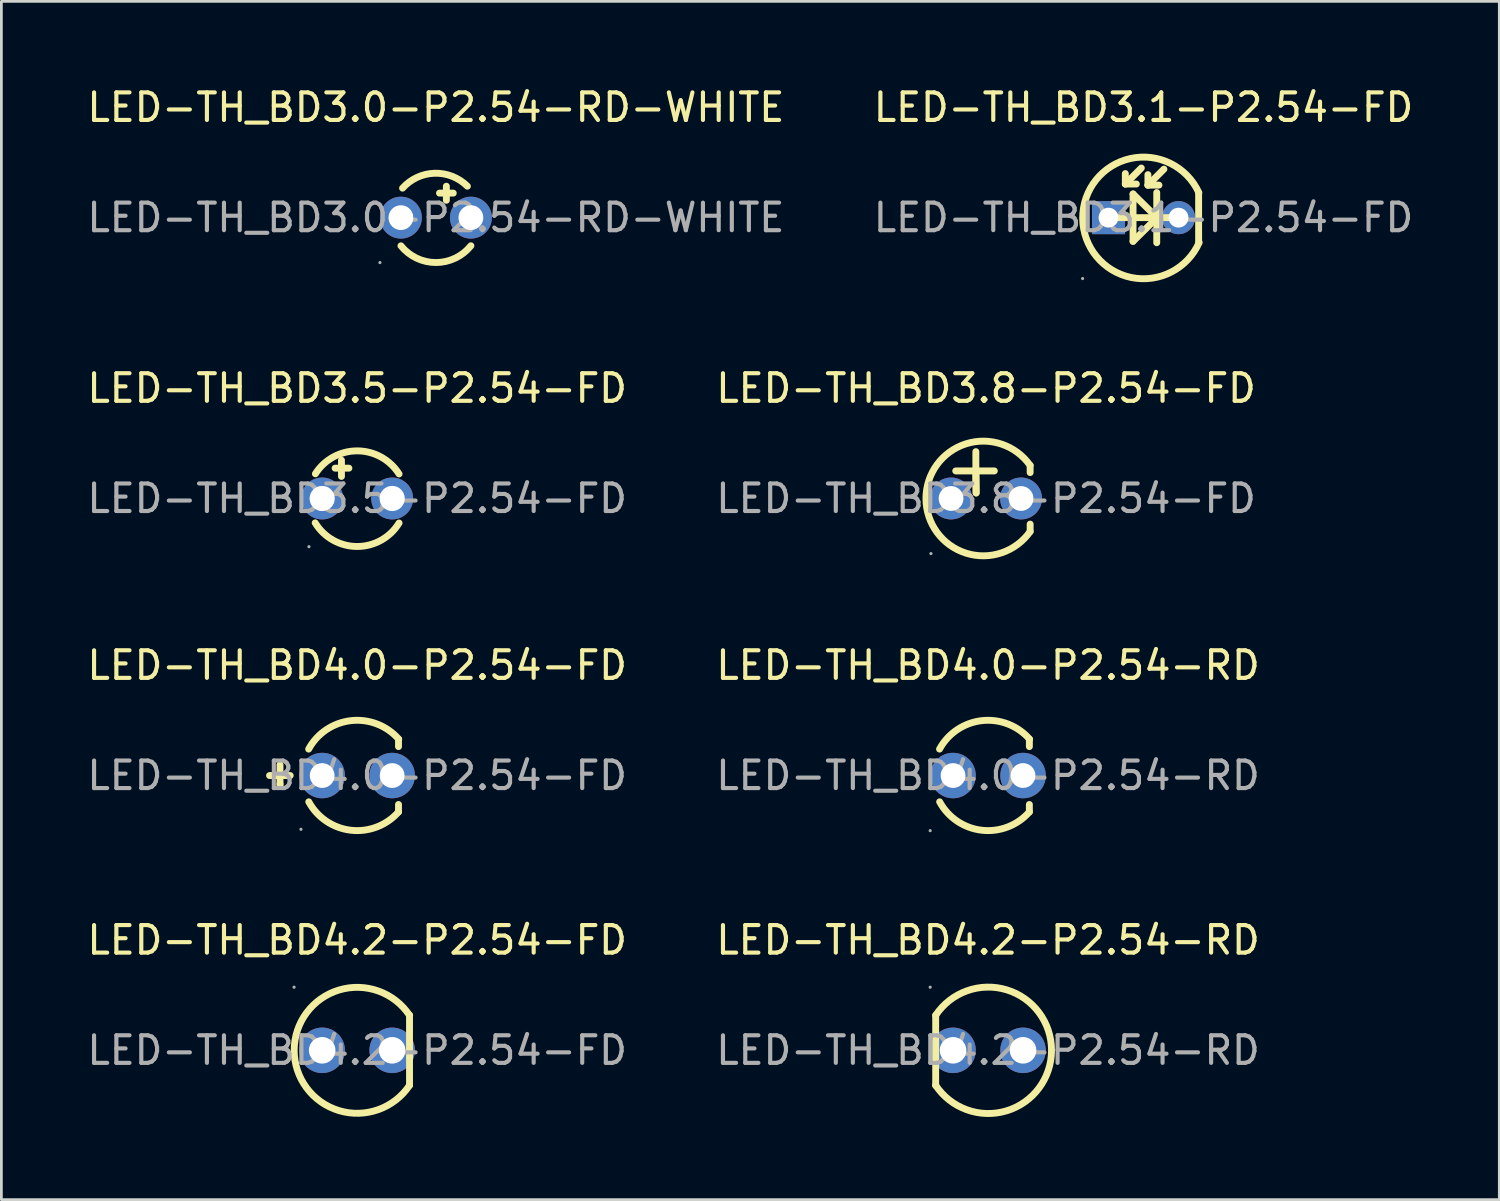
<source format=kicad_pcb>
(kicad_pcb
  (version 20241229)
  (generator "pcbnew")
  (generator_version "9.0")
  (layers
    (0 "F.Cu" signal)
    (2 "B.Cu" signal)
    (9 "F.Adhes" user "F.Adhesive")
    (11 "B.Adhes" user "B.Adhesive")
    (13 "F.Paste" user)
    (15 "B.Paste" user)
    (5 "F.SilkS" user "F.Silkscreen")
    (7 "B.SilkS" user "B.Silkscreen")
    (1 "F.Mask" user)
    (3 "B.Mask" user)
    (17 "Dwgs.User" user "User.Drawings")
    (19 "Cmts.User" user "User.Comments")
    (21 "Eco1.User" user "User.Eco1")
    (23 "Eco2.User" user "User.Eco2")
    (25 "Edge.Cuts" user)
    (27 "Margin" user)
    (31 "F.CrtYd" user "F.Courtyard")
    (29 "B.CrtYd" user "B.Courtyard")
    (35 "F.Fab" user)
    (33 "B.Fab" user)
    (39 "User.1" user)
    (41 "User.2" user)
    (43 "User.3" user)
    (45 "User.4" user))
  (footprint "LED-TH_BD4.0-P2.54-RD"
    (layer "F.Cu")
    (at 32.804 25.093)
    (property "Reference" "LED-TH_BD4.0-P2.54-RD" (at 0 -4 0) (layer "F.SilkS") (effects (font (size 1 1) (thickness 0.15))))
    (attr through_hole)
    (fp_line (start 1.5 -1.05) (end 1.5 -1.32) (stroke (width 0.25) (type solid)) (layer "F.SilkS"))
    (fp_line (start 1.5 1.32) (end 1.5 1.05) (stroke (width 0.25) (type solid)) (layer "F.SilkS"))
    (fp_arc (start -1.76 -0.96) (mid -0.220326 -1.992651) (end 1.507756 -1.321314) (stroke (width 0.25) (type solid)) (layer "F.SilkS"))
    (fp_arc (start 1.5 1.32) (mid -0.223689 1.985539) (end -1.756093 0.953172) (stroke (width 0.25) (type solid)) (layer "F.SilkS"))
    (fp_circle (center -2.1 2) (end -2.07 2) (stroke (width 0.06) (type solid)) (fill no) (layer "F.Fab"))
    (fp_circle (center -1.27 0) (end -1.09 0) (stroke (width 0.35) (type solid)) (fill no) (layer "F.Fab"))
    (fp_circle (center 1.27 0) (end 1.45 0) (stroke (width 0.35) (type solid)) (fill no) (layer "F.Fab"))
    (fp_text user "${REFERENCE}" (at 0 0 0) (layer "F.Fab") (effects (font (size 1 1) (thickness 0.15))))
    (pad "1" thru_hole circle (at -1.27 0 180) (size 1.65 1.65) (drill 0.9) (layers "*.Cu" "*.Paste" "*.Mask"))
    (pad "2" thru_hole circle (at 1.27 0 180) (size 1.65 1.65) (drill 0.9) (layers "*.Cu" "*.Paste" "*.Mask")))
  (footprint "LED-TH_BD3.1-P2.54-FD"
    (layer "F.Cu")
    (at 38.446 4.848)
    (property "Reference" "LED-TH_BD3.1-P2.54-FD" (at 0 -4 0) (layer "F.SilkS") (effects (font (size 1 1) (thickness 0.15))))
    (attr through_hole)
    (fp_line (start -1.3 0) (end 1.27 0) (stroke (width 0.25) (type solid)) (layer "F.SilkS"))
    (fp_line (start -0.66 -1.22) (end -0.66 -1.6) (stroke (width 0.25) (type solid)) (layer "F.SilkS"))
    (fp_line (start -0.66 -1.22) (end -0.26 -1.22) (stroke (width 0.25) (type solid)) (layer "F.SilkS"))
    (fp_line (start -0.38 -0.86) (end -0.38 0.86) (stroke (width 0.25) (type solid)) (layer "F.SilkS"))
    (fp_line (start -0.38 0.86) (end 0.46 0.03) (stroke (width 0.25) (type solid)) (layer "F.SilkS"))
    (fp_line (start -0.08 -1.8) (end -0.66 -1.22) (stroke (width 0.25) (type solid)) (layer "F.SilkS"))
    (fp_line (start 0.16 -1.18) (end 0.16 -1.56) (stroke (width 0.25) (type solid)) (layer "F.SilkS"))
    (fp_line (start 0.16 -1.18) (end 0.56 -1.18) (stroke (width 0.25) (type solid)) (layer "F.SilkS"))
    (fp_line (start 0.46 -0.03) (end -0.38 -0.86) (stroke (width 0.25) (type solid)) (layer "F.SilkS"))
    (fp_line (start 0.46 0.03) (end 0.48 0.03) (stroke (width 0.25) (type solid)) (layer "F.SilkS"))
    (fp_line (start 0.48 -0.91) (end 0.48 0.91) (stroke (width 0.25) (type solid)) (layer "F.SilkS"))
    (fp_line (start 0.74 -1.76) (end 0.16 -1.18) (stroke (width 0.25) (type solid)) (layer "F.SilkS"))
    (fp_line (start 2 -0.9) (end 2 0.9) (stroke (width 0.25) (type solid)) (layer "F.SilkS"))
    (fp_arc (start 2.02 0.9) (mid -2.207321 0.025294) (end 2.007473 -0.907906) (stroke (width 0.25) (type solid)) (layer "F.SilkS"))
    (fp_circle (center -2.21 2.21) (end -2.18 2.21) (stroke (width 0.06) (type solid)) (fill no) (layer "F.Fab"))
    (fp_circle (center -1.27 0) (end -1.14 0) (stroke (width 0.26) (type solid)) (fill no) (layer "F.Fab"))
    (fp_circle (center 1.27 0) (end 1.4 0) (stroke (width 0.26) (type solid)) (fill no) (layer "F.Fab"))
    (fp_text user "${REFERENCE}" (at 0 0 0) (layer "F.Fab") (effects (font (size 1 1) (thickness 0.15))))
    (pad "1" thru_hole rect (at -1.27 0) (size 1.2 1.2) (drill 0.72) (layers "*.Cu" "*.Paste" "*.Mask"))
    (pad "2" thru_hole circle (at 1.27 0) (size 1.2 1.2) (drill 0.72) (layers "*.Cu" "*.Paste" "*.Mask")))
  (footprint "LED-TH_BD4.2-P2.54-RD"
    (layer "F.Cu")
    (at 32.804 35.064)
    (property "Reference" "LED-TH_BD4.2-P2.54-RD" (at 0 -4 0) (layer "F.SilkS") (effects (font (size 1 1) (thickness 0.15))))
    (attr through_hole)
    (fp_line (start -1.9 -1.27) (end -1.9 1.28) (stroke (width 0.25) (type solid)) (layer "F.SilkS"))
    (fp_arc (start -1.9 -1.27) (mid 2.303684 0.003634) (end -1.904015 1.263941) (stroke (width 0.25) (type solid)) (layer "F.SilkS"))
    (fp_circle (center -2.1 -2.29) (end -2.07 -2.29) (stroke (width 0.06) (type solid)) (fill no) (layer "F.Fab"))
    (fp_circle (center -1.27 0) (end -1.08 0) (stroke (width 0.38) (type solid)) (fill no) (layer "F.Fab"))
    (fp_circle (center 1.27 0) (end 1.46 0) (stroke (width 0.38) (type solid)) (fill no) (layer "F.Fab"))
    (fp_text user "${REFERENCE}" (at 0 0 0) (layer "F.Fab") (effects (font (size 1 1) (thickness 0.15))))
    (pad "1" thru_hole circle (at -1.27 0) (size 1.65 1.65) (drill 0.965) (layers "*.Cu" "*.Paste" "*.Mask"))
    (pad "2" thru_hole circle (at 1.27 0) (size 1.65 1.65) (drill 0.965) (layers "*.Cu" "*.Paste" "*.Mask")))
  (footprint "LED-TH_BD3.8-P2.54-FD"
    (layer "F.Cu")
    (at 32.732 15.039)
    (property "Reference" "LED-TH_BD3.8-P2.54-FD" (at 0 -4 0) (layer "F.SilkS") (effects (font (size 1 1) (thickness 0.15))))
    (attr through_hole)
    (fp_line (start -1.1 -1) (end 0.3 -1) (stroke (width 0.25) (type solid)) (layer "F.SilkS"))
    (fp_line (start -0.37 -1) (end -0.37 -1.7) (stroke (width 0.25) (type solid)) (layer "F.SilkS"))
    (fp_line (start -0.37 -1) (end -0.36 -0.2) (stroke (width 0.25) (type solid)) (layer "F.SilkS"))
    (fp_line (start -0.36 -0.2) (end -0.37 -1) (stroke (width 0.25) (type solid)) (layer "F.SilkS"))
    (fp_line (start 1.6 -1.2) (end 1.6 -0.94) (stroke (width 0.25) (type solid)) (layer "F.SilkS"))
    (fp_line (start 1.6 0.93) (end 1.6 1.2) (stroke (width 0.25) (type solid)) (layer "F.SilkS"))
    (fp_arc (start 1.6 1.2) (mid -2.180865 0.000632) (end 1.599271 -1.201033) (stroke (width 0.25) (type solid)) (layer "F.SilkS"))
    (fp_circle (center -2 2) (end -1.97 2) (stroke (width 0.06) (type solid)) (fill no) (layer "F.Fab"))
    (fp_circle (center -1.27 0) (end -1.09 0) (stroke (width 0.35) (type solid)) (fill no) (layer "F.Fab"))
    (fp_circle (center 1.27 0) (end 1.45 0) (stroke (width 0.35) (type solid)) (fill no) (layer "F.Fab"))
    (fp_text user "${REFERENCE}" (at 0 0 0) (layer "F.Fab") (effects (font (size 1 1) (thickness 0.15))))
    (pad "1" thru_hole circle (at -1.27 0) (size 1.52 1.52) (drill 0.9) (layers "*.Cu" "*.Paste" "*.Mask"))
    (pad "2" thru_hole circle (at 1.27 0) (size 1.52 1.52) (drill 0.9) (layers "*.Cu" "*.Paste" "*.Mask")))
  (footprint "LED-TH_BD4.2-P2.54-FD"
    (layer "F.Cu")
    (at 9.911 35.064)
    (property "Reference" "LED-TH_BD4.2-P2.54-FD" (at 0 -4 0) (layer "F.SilkS") (effects (font (size 1 1) (thickness 0.15))))
    (attr through_hole)
    (fp_line (start 1.9 1.27) (end 1.9 -1.28) (stroke (width 0.25) (type solid)) (layer "F.SilkS"))
    (fp_arc (start 1.9 1.27) (mid -2.285364 -0.003175) (end 1.903521 -1.264716) (stroke (width 0.25) (type solid)) (layer "F.SilkS"))
    (fp_circle (center -2.29 -2.29) (end -2.26 -2.29) (stroke (width 0.06) (type solid)) (fill no) (layer "F.Fab"))
    (fp_circle (center -1.27 0) (end -1.08 0) (stroke (width 0.38) (type solid)) (fill no) (layer "F.Fab"))
    (fp_circle (center 1.27 0) (end 1.46 0) (stroke (width 0.38) (type solid)) (fill no) (layer "F.Fab"))
    (fp_text user "${REFERENCE}" (at 0 0 0) (layer "F.Fab") (effects (font (size 1 1) (thickness 0.15))))
    (pad "1" thru_hole circle (at -1.27 0 180) (size 1.65 1.65) (drill 0.965) (layers "*.Cu" "*.Paste" "*.Mask"))
    (pad "2" thru_hole circle (at 1.27 0 180) (size 1.65 1.65) (drill 0.965) (layers "*.Cu" "*.Paste" "*.Mask")))
  (footprint "LED-TH_BD3.0-P2.54-RD-WHITE"
    (layer "F.Cu")
    (at 12.768 4.848)
    (property "Reference" "LED-TH_BD3.0-P2.54-RD-WHITE" (at 0 -4 0) (layer "F.SilkS") (effects (font (size 1 1) (thickness 0.15))))
    (attr through_hole)
    (fp_line (start 0.13 -0.89) (end 0.63 -0.89) (stroke (width 0.25) (type solid)) (layer "F.SilkS"))
    (fp_line (start 0.38 -1.14) (end 0.38 -0.63) (stroke (width 0.25) (type solid)) (layer "F.SilkS"))
    (fp_arc (start -1.21 -1.07) (mid -0.048939 -1.611143) (end 1.14265 -1.141021) (stroke (width 0.25) (type solid)) (layer "F.SilkS"))
    (fp_arc (start 1.27 1.02) (mid 0.001431 1.628895) (end -1.268206 1.022229) (stroke (width 0.25) (type solid)) (layer "F.SilkS"))
    (fp_circle (center -2.03 1.63) (end -2 1.63) (stroke (width 0.06) (type solid)) (fill no) (layer "F.Fab"))
    (fp_circle (center -1.27 0) (end -1.09 0) (stroke (width 0.35) (type solid)) (fill no) (layer "F.Fab"))
    (fp_circle (center 1.27 0) (end 1.45 0) (stroke (width 0.35) (type solid)) (fill no) (layer "F.Fab"))
    (fp_text user "${REFERENCE}" (at 0 0 0) (layer "F.Fab") (effects (font (size 1 1) (thickness 0.15))))
    (pad "1" thru_hole circle (at -1.27 0) (size 1.52 1.52) (drill 0.9) (layers "*.Cu" "*.Paste" "*.Mask"))
    (pad "2" thru_hole circle (at 1.27 0) (size 1.52 1.52) (drill 0.9) (layers "*.Cu" "*.Paste" "*.Mask")))
  (footprint "LED-TH_BD3.5-P2.54-FD"
    (layer "F.Cu")
    (at 9.911 15.039)
    (property "Reference" "LED-TH_BD3.5-P2.54-FD" (at 0 -4 0) (layer "F.SilkS") (effects (font (size 1 1) (thickness 0.15))))
    (attr through_hole)
    (fp_line (start -0.8 -1.1) (end -0.3 -1.1) (stroke (width 0.25) (type solid)) (layer "F.SilkS"))
    (fp_line (start -0.57 -1.39) (end -0.57 -0.8) (stroke (width 0.25) (type solid)) (layer "F.SilkS"))
    (fp_arc (start -1.516156 -0.89606) (mid 0.003588 -1.727773) (end 1.52 -0.89) (stroke (width 0.25) (type solid)) (layer "F.SilkS"))
    (fp_arc (start 1.52 0.89) (mid -0.003112 1.741934) (end -1.523239 0.884686) (stroke (width 0.25) (type solid)) (layer "F.SilkS"))
    (fp_circle (center -1.75 1.75) (end -1.72 1.75) (stroke (width 0.06) (type solid)) (fill no) (layer "F.Fab"))
    (fp_text user "${REFERENCE}" (at 0 0 0) (layer "F.Fab") (effects (font (size 1 1) (thickness 0.15))))
    (pad "1" thru_hole circle (at -1.27 0) (size 1.52 1.52) (drill 0.914) (layers "*.Cu" "*.Paste" "*.Mask"))
    (pad "2" thru_hole circle (at 1.27 0) (size 1.52 1.52) (drill 0.914) (layers "*.Cu" "*.Paste" "*.Mask")))
  (footprint "LED-TH_BD4.0-P2.54-FD"
    (layer "F.Cu")
    (at 9.911 25.093)
    (property "Reference" "LED-TH_BD4.0-P2.54-FD" (at 0 -4 0) (layer "F.SilkS") (effects (font (size 1 1) (thickness 0.15))))
    (attr through_hole)
    (fp_line (start -2.8 0.31) (end -2.8 -0.39) (stroke (width 0.25) (type solid)) (layer "F.SilkS"))
    (fp_line (start -2.8 0.4) (end -2.8 0.31) (stroke (width 0.25) (type solid)) (layer "F.SilkS"))
    (fp_line (start -2.43 0) (end -3.18 0) (stroke (width 0.25) (type solid)) (layer "F.SilkS"))
    (fp_line (start 1.5 -1.05) (end 1.5 -1.32) (stroke (width 0.25) (type solid)) (layer "F.SilkS"))
    (fp_line (start 1.5 1.32) (end 1.5 1.05) (stroke (width 0.25) (type solid)) (layer "F.SilkS"))
    (fp_arc (start -1.76 -0.96) (mid -0.220326 -1.992651) (end 1.507756 -1.321314) (stroke (width 0.25) (type solid)) (layer "F.SilkS"))
    (fp_arc (start 1.5 1.32) (mid -0.223689 1.985539) (end -1.756093 0.953172) (stroke (width 0.25) (type solid)) (layer "F.SilkS"))
    (fp_circle (center -2.04 1.95) (end -2.01 1.95) (stroke (width 0.06) (type solid)) (fill no) (layer "F.Fab"))
    (fp_text user "${REFERENCE}" (at 0 0 0) (layer "F.Fab") (effects (font (size 1 1) (thickness 0.15))))
    (pad "1" thru_hole circle (at -1.27 0 180) (size 1.65 1.65) (drill 0.9) (layers "*.Cu" "*.Paste" "*.Mask"))
    (pad "2" thru_hole circle (at 1.27 0 270) (size 1.65 1.65) (drill 0.9) (layers "*.Cu" "*.Paste" "*.Mask")))
  (gr_rect
    (start -3 -3)
    (end 51.357 40.483)
    (stroke (width 0.1) (type default))
    (fill no)
    (layer "Edge.Cuts")))
</source>
